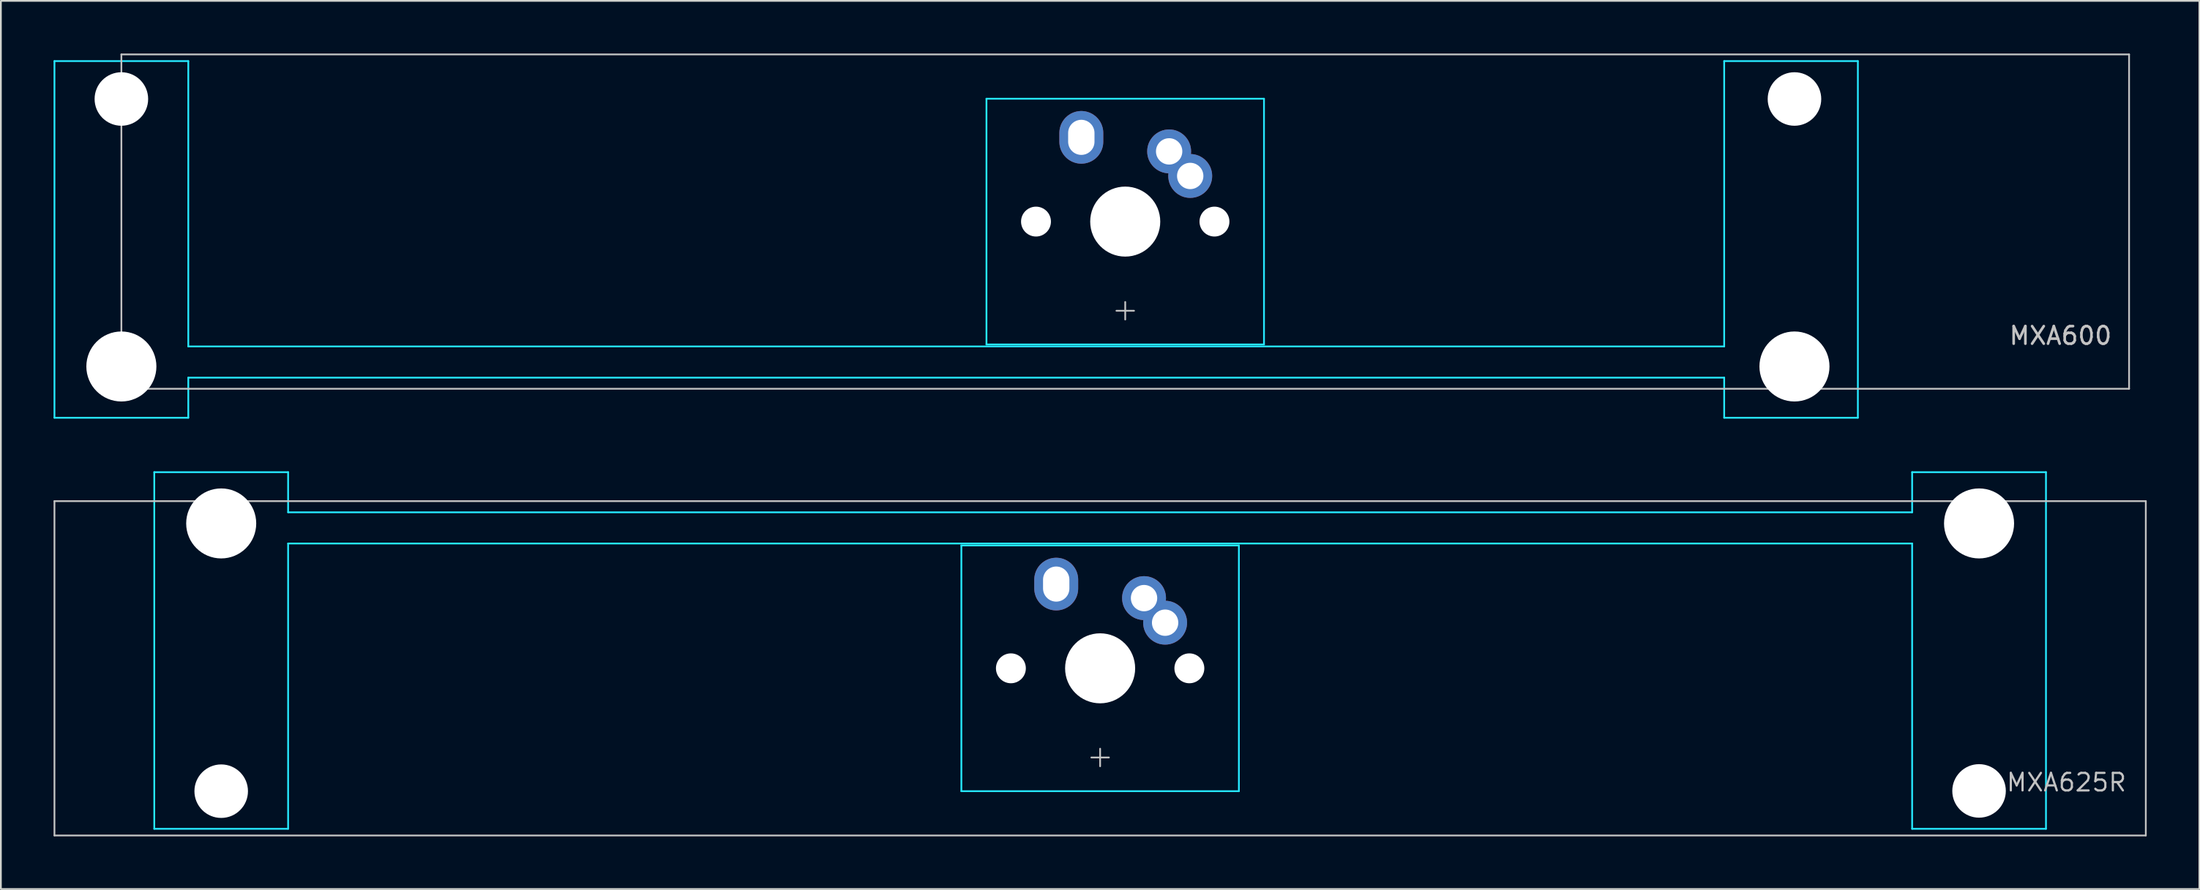
<source format=kicad_pcb>
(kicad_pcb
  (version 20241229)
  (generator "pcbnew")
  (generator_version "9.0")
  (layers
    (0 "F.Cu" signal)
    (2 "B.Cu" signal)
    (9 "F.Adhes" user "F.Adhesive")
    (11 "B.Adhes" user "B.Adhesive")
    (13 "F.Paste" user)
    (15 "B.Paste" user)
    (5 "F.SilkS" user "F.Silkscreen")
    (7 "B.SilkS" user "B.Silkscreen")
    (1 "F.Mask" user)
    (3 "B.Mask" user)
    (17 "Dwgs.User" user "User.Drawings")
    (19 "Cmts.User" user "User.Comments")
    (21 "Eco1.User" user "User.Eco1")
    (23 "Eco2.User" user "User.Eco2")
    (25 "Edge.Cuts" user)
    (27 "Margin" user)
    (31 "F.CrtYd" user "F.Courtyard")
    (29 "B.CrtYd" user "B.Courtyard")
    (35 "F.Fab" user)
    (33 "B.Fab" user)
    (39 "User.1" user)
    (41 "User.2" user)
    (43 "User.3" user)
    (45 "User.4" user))
  (footprint "MXA625R"
    (layer "F.Cu")
    (at 59.581 35.027)
    (property "Reference" "MXA625R" (at 58.5 6.5 0) (layer "Dwgs.User") (effects (font (size 1 1) (thickness 0.125)) (justify right)))
    (attr through_hole)
    (fp_line (start -59.531 -9.525) (end -59.531 9.525) (stroke (width 0.1) (type solid)) (layer "Dwgs.User"))
    (fp_line (start -59.531 -9.525) (end 59.531 -9.525) (stroke (width 0.1) (type solid)) (layer "Dwgs.User"))
    (fp_line (start -59.531 9.525) (end 59.531 9.525) (stroke (width 0.1) (type solid)) (layer "Dwgs.User"))
    (fp_line (start -0.5 5.08) (end 0.5 5.08) (stroke (width 0.1) (type solid)) (layer "Dwgs.User"))
    (fp_line (start 0 4.58) (end 0 5.58) (stroke (width 0.1) (type solid)) (layer "Dwgs.User"))
    (fp_line (start 59.531 -9.525) (end 59.531 9.525) (stroke (width 0.1) (type solid)) (layer "Dwgs.User"))
    (fp_line (start -53.848 9.144) (end -53.848 -11.176) (stroke (width 0.1) (type solid)) (layer "B.CrtYd"))
    (fp_line (start -46.228 -11.176) (end -53.848 -11.176) (stroke (width 0.1) (type solid)) (layer "B.CrtYd"))
    (fp_line (start -46.228 -8.89) (end -46.228 -11.176) (stroke (width 0.1) (type solid)) (layer "B.CrtYd"))
    (fp_line (start -46.228 -7.112) (end -46.228 9.144) (stroke (width 0.1) (type solid)) (layer "B.CrtYd"))
    (fp_line (start -46.228 9.144) (end -53.848 9.144) (stroke (width 0.1) (type solid)) (layer "B.CrtYd"))
    (fp_line (start -7.9 -7) (end 7.9 -7) (stroke (width 0.1) (type solid)) (layer "B.CrtYd"))
    (fp_line (start -7.9 7) (end -7.9 -7) (stroke (width 0.1) (type solid)) (layer "B.CrtYd"))
    (fp_line (start -7.9 7) (end 7.9 7) (stroke (width 0.1) (type solid)) (layer "B.CrtYd"))
    (fp_line (start 7.9 7) (end 7.9 -7) (stroke (width 0.1) (type solid)) (layer "B.CrtYd"))
    (fp_line (start 46.228 -8.89) (end -46.228 -8.89) (stroke (width 0.1) (type solid)) (layer "B.CrtYd"))
    (fp_line (start 46.228 -8.89) (end 46.228 -11.176) (stroke (width 0.1) (type solid)) (layer "B.CrtYd"))
    (fp_line (start 46.228 -7.112) (end -46.228 -7.112) (stroke (width 0.1) (type solid)) (layer "B.CrtYd"))
    (fp_line (start 46.228 -7.112) (end 46.228 9.144) (stroke (width 0.1) (type solid)) (layer "B.CrtYd"))
    (fp_line (start 53.848 -11.176) (end 46.228 -11.176) (stroke (width 0.1) (type solid)) (layer "B.CrtYd"))
    (fp_line (start 53.848 9.144) (end 46.228 9.144) (stroke (width 0.1) (type solid)) (layer "B.CrtYd"))
    (fp_line (start 53.848 9.144) (end 53.848 -11.176) (stroke (width 0.1) (type solid)) (layer "B.CrtYd"))
    (pad "" np_thru_hole circle (at -50.038 -8.255) (size 3.988 3.988) (drill 3.988) (layers "*.Cu" "*.Mask"))
    (pad "" np_thru_hole circle (at -50.038 7) (size 3.048 3.048) (drill 3.048) (layers "*.Cu" "*.Mask"))
    (pad "" np_thru_hole circle (at -5.08 0) (size 1.702 1.702) (drill 1.702) (layers "*.Cu" "*.Mask"))
    (pad "" smd oval (at -2.5 -4.8) (size 1.4 1.9) (layers "B.Mask"))
    (pad "" np_thru_hole circle (at 0 0) (size 3.988 3.988) (drill 3.988) (layers "*.Cu" "*.Mask"))
    (pad "" smd circle (at 2.5 -4 45) (size 1.4 1.4) (layers "B.Mask"))
    (pad "" smd circle (at 3.7 -2.6 45) (size 1.4 1.4) (layers "B.Mask"))
    (pad "" np_thru_hole circle (at 5.08 0) (size 1.702 1.702) (drill 1.702) (layers "*.Cu" "*.Mask"))
    (pad "" np_thru_hole circle (at 50.038 -8.255) (size 3.988 3.988) (drill 3.988) (layers "*.Cu" "*.Mask"))
    (pad "" np_thru_hole circle (at 50.038 6.985) (size 3.048 3.048) (drill 3.048) (layers "*.Cu" "*.Mask"))
    (pad "1" thru_hole oval (at -2.5 -4.8) (size 2.5 3) (drill oval 1.5 2) (layers "*.Cu" "F.Mask"))
    (pad "2" thru_hole circle (at 2.5 -4 45) (size 2.5 2.5) (drill 1.5) (layers "*.Cu" "F.Mask"))
    (pad "2" thru_hole circle (at 3.7 -2.6 45) (size 2.5 2.5) (drill 1.5) (layers "*.Cu" "F.Mask")))
  (footprint "MXA600"
    (layer "F.Cu")
    (at 61.01 9.575)
    (property "Reference" "MXA600" (at 56.25 6.5 0) (layer "Dwgs.User") (effects (font (size 1 1) (thickness 0.15)) (justify right)))
    (attr through_hole)
    (fp_line (start -57.15 -9.525) (end -57.15 9.525) (stroke (width 0.1) (type solid)) (layer "Dwgs.User"))
    (fp_line (start -57.15 -9.525) (end 57.15 -9.525) (stroke (width 0.1) (type solid)) (layer "Dwgs.User"))
    (fp_line (start -57.15 9.525) (end 57.15 9.525) (stroke (width 0.1) (type solid)) (layer "Dwgs.User"))
    (fp_line (start -0.5 5.08) (end 0.5 5.08) (stroke (width 0.1) (type solid)) (layer "Dwgs.User"))
    (fp_line (start 0 4.58) (end 0 5.58) (stroke (width 0.1) (type solid)) (layer "Dwgs.User"))
    (fp_line (start 57.15 -9.525) (end 57.15 9.525) (stroke (width 0.1) (type solid)) (layer "Dwgs.User"))
    (fp_line (start -60.96 -9.144) (end -60.96 11.176) (stroke (width 0.1) (type solid)) (layer "B.CrtYd"))
    (fp_line (start -60.96 -9.144) (end -53.34 -9.144) (stroke (width 0.1) (type solid)) (layer "B.CrtYd"))
    (fp_line (start -60.96 11.176) (end -53.34 11.176) (stroke (width 0.1) (type solid)) (layer "B.CrtYd"))
    (fp_line (start -53.34 7.112) (end -53.34 -9.144) (stroke (width 0.1) (type solid)) (layer "B.CrtYd"))
    (fp_line (start -53.34 7.112) (end 34.099 7.112) (stroke (width 0.1) (type solid)) (layer "B.CrtYd"))
    (fp_line (start -53.34 8.89) (end -53.34 11.176) (stroke (width 0.1) (type solid)) (layer "B.CrtYd"))
    (fp_line (start -53.34 8.89) (end 34.099 8.89) (stroke (width 0.1) (type solid)) (layer "B.CrtYd"))
    (fp_line (start -7.9 -7) (end 7.9 -7) (stroke (width 0.1) (type solid)) (layer "B.CrtYd"))
    (fp_line (start -7.9 7) (end -7.9 -7) (stroke (width 0.1) (type solid)) (layer "B.CrtYd"))
    (fp_line (start -7.9 7) (end 7.9 7) (stroke (width 0.1) (type solid)) (layer "B.CrtYd"))
    (fp_line (start 7.9 7) (end 7.9 -7) (stroke (width 0.1) (type solid)) (layer "B.CrtYd"))
    (fp_line (start 34.099 -9.144) (end 41.71 -9.144) (stroke (width 0.1) (type solid)) (layer "B.CrtYd"))
    (fp_line (start 34.099 7.112) (end 34.099 -9.144) (stroke (width 0.1) (type solid)) (layer "B.CrtYd"))
    (fp_line (start 34.099 8.89) (end 34.099 11.176) (stroke (width 0.1) (type solid)) (layer "B.CrtYd"))
    (fp_line (start 34.099 11.176) (end 41.71 11.176) (stroke (width 0.1) (type solid)) (layer "B.CrtYd"))
    (fp_line (start 41.71 -9.144) (end 41.71 11.176) (stroke (width 0.1) (type solid)) (layer "B.CrtYd"))
    (pad "" np_thru_hole circle (at -57.15 -6.985 180) (size 3.048 3.048) (drill 3.048) (layers "*.Cu" "*.Mask"))
    (pad "" np_thru_hole circle (at -57.15 8.255 180) (size 3.988 3.988) (drill 3.988) (layers "*.Cu" "*.Mask"))
    (pad "" np_thru_hole circle (at -5.08 0) (size 1.702 1.702) (drill 1.702) (layers "*.Cu" "*.Mask"))
    (pad "" smd oval (at -2.5 -4.8) (size 1.4 1.9) (layers "B.Mask"))
    (pad "" np_thru_hole circle (at 0 0) (size 3.988 3.988) (drill 3.988) (layers "*.Cu" "*.Mask"))
    (pad "" smd circle (at 2.5 -4 45) (size 1.4 1.4) (layers "B.Mask"))
    (pad "" smd circle (at 3.7 -2.6 45) (size 1.4 1.4) (layers "B.Mask"))
    (pad "" np_thru_hole circle (at 5.08 0) (size 1.702 1.702) (drill 1.702) (layers "*.Cu" "*.Mask"))
    (pad "" np_thru_hole circle (at 38.1 -6.985 180) (size 3.048 3.048) (drill 3.048) (layers "*.Cu" "*.Mask"))
    (pad "" np_thru_hole circle (at 38.1 8.255 180) (size 3.988 3.988) (drill 3.988) (layers "*.Cu" "*.Mask"))
    (pad "1" thru_hole oval (at -2.5 -4.8) (size 2.5 3) (drill oval 1.5 2) (layers "*.Cu" "F.Mask"))
    (pad "2" thru_hole circle (at 2.5 -4 45) (size 2.5 2.5) (drill 1.5) (layers "*.Cu" "F.Mask"))
    (pad "2" thru_hole circle (at 3.7 -2.6 45) (size 2.5 2.5) (drill 1.5) (layers "*.Cu" "F.Mask")))
  (gr_rect
    (start -3 -3)
    (end 122.162 47.602)
    (stroke (width 0.1) (type default))
    (fill no)
    (layer "Edge.Cuts")))
</source>
